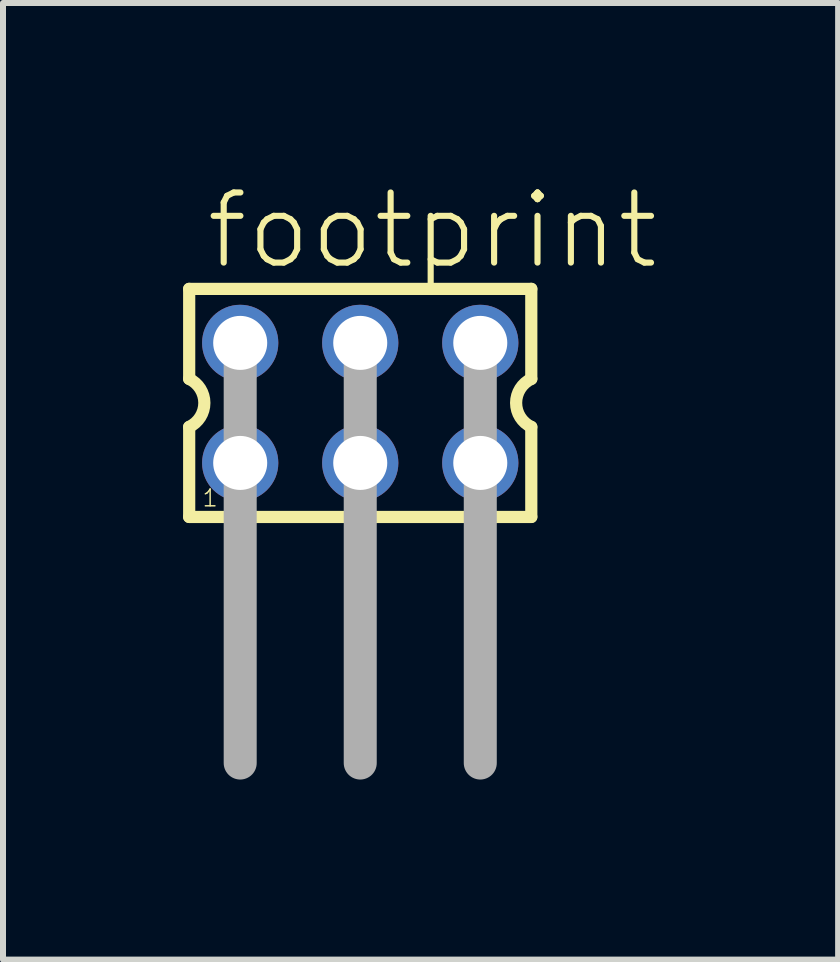
<source format=kicad_pcb>
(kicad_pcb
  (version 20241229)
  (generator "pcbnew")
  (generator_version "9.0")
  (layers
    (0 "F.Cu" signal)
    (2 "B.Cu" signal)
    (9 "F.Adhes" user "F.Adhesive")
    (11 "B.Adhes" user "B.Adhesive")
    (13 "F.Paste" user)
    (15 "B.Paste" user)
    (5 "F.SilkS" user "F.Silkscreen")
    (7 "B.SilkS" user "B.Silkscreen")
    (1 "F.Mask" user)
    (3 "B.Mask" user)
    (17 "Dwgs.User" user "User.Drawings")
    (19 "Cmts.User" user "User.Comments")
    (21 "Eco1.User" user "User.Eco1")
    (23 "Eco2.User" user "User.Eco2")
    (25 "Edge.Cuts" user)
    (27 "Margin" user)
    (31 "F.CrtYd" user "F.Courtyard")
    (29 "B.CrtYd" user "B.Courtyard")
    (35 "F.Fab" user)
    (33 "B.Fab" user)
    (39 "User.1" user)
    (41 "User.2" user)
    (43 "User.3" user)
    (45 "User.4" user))
  (footprint "footprint"
    (layer "F.Cu")
    (at 2.952 3.663)
    (property "Reference" "footprint" (at -2.62 -2.19 0) (layer "F.SilkS") (effects (font (size 1.168 1.168) (thickness 0.102)) (justify left bottom)))
    (fp_line (start -2.85 -1.9) (end -2.85 -0.4) (stroke (width 0.203) (type solid)) (layer "F.SilkS"))
    (fp_line (start -2.85 0.4) (end -2.85 1.9) (stroke (width 0.203) (type solid)) (layer "F.SilkS"))
    (fp_line (start -2.85 1.9) (end 2.85 1.9) (stroke (width 0.203) (type solid)) (layer "F.SilkS"))
    (fp_line (start 2.85 -1.9) (end -2.85 -1.9) (stroke (width 0.203) (type solid)) (layer "F.SilkS"))
    (fp_line (start 2.85 -0.4) (end 2.85 -1.9) (stroke (width 0.203) (type solid)) (layer "F.SilkS"))
    (fp_line (start 2.85 1.9) (end 2.85 0.4) (stroke (width 0.203) (type solid)) (layer "F.SilkS"))
    (fp_arc (start -2.85 -0.4) (mid -2.597167 0) (end -2.85 0.4) (stroke (width 0.2032) (type solid)) (layer "F.SilkS"))
    (fp_arc (start 2.85 0.4) (mid 2.597167 0) (end 2.85 -0.4) (stroke (width 0.2032) (type solid)) (layer "F.SilkS"))
    (fp_line (start -2 -1) (end -2 6) (stroke (width 0.55) (type solid)) (layer "F.Fab"))
    (fp_line (start 0 -1) (end 0 6) (stroke (width 0.55) (type solid)) (layer "F.Fab"))
    (fp_line (start 2 -1) (end 2 6) (stroke (width 0.55) (type solid)) (layer "F.Fab"))
    (fp_poly (pts (xy -2.25 -0.75) (xy -1.75 -0.75) (xy -1.75 -1.25) (xy -2.25 -1.25)) (stroke (width 0.1) (type solid)) (fill no) (layer "F.Fab"))
    (fp_poly (pts (xy -2.25 1.25) (xy -1.75 1.25) (xy -1.75 0.75) (xy -2.25 0.75)) (stroke (width 0.1) (type solid)) (fill no) (layer "F.Fab"))
    (fp_poly (pts (xy -0.25 -0.75) (xy 0.25 -0.75) (xy 0.25 -1.25) (xy -0.25 -1.25)) (stroke (width 0.1) (type solid)) (fill no) (layer "F.Fab"))
    (fp_poly (pts (xy -0.25 1.25) (xy 0.25 1.25) (xy 0.25 0.75) (xy -0.25 0.75)) (stroke (width 0.1) (type solid)) (fill no) (layer "F.Fab"))
    (fp_poly (pts (xy 1.75 -0.75) (xy 2.25 -0.75) (xy 2.25 -1.25) (xy 1.75 -1.25)) (stroke (width 0.1) (type solid)) (fill no) (layer "F.Fab"))
    (fp_poly (pts (xy 1.75 1.25) (xy 2.25 1.25) (xy 2.25 0.75) (xy 1.75 0.75)) (stroke (width 0.1) (type solid)) (fill no) (layer "F.Fab"))
    (fp_text user "1" (at -2.65 1.75 0) (layer "F.SilkS") (effects (font (size 0.28 0.28) (thickness 0.024)) (justify left bottom)))
    (pad "1" thru_hole circle (at -2 1) (size 1.27 1.27) (drill 0.9) (layers "*.Cu" "*.Mask"))
    (pad "2" thru_hole circle (at -2 -1) (size 1.27 1.27) (drill 0.9) (layers "*.Cu" "*.Mask"))
    (pad "3" thru_hole circle (at 0 1) (size 1.27 1.27) (drill 0.9) (layers "*.Cu" "*.Mask"))
    (pad "4" thru_hole circle (at 0 -1) (size 1.27 1.27) (drill 0.9) (layers "*.Cu" "*.Mask"))
    (pad "5" thru_hole circle (at 2 1) (size 1.27 1.27) (drill 0.9) (layers "*.Cu" "*.Mask"))
    (pad "6" thru_hole circle (at 2 -1) (size 1.27 1.27) (drill 0.9) (layers "*.Cu" "*.Mask")))
  (gr_rect
    (start -3 -3)
    (end 10.914 12.938)
    (stroke (width 0.1) (type default))
    (fill no)
    (layer "Edge.Cuts")))
</source>
